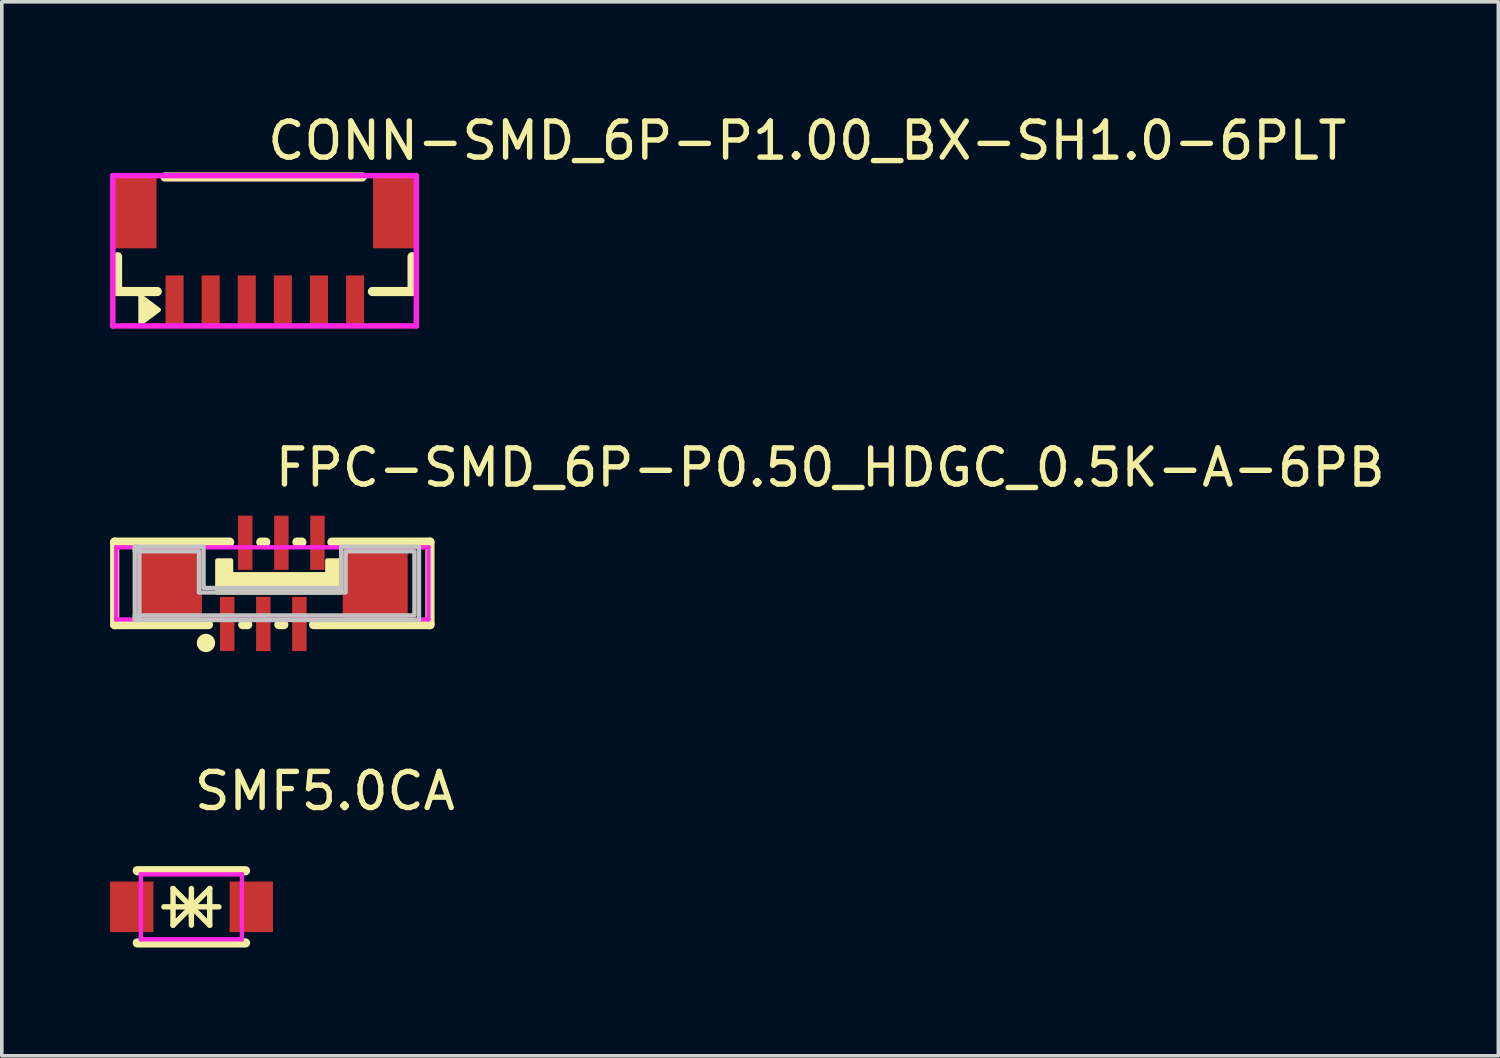
<source format=kicad_pcb>
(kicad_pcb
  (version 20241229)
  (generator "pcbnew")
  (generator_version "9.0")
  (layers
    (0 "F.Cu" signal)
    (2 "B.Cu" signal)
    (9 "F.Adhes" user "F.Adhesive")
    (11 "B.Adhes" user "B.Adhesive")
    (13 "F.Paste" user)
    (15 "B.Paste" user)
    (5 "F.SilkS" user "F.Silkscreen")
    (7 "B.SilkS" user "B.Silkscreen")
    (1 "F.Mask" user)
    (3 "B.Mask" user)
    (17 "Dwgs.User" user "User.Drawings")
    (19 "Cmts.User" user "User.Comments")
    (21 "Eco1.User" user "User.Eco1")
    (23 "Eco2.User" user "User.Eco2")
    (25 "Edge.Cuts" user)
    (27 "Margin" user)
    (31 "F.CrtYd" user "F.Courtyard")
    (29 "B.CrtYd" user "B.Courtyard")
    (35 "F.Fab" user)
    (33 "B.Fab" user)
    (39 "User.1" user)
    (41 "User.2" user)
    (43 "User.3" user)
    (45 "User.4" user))
  (footprint "CONN-SMD_6P-P1.00_BX-SH1.0-6PLT"
    (layer "F.Cu")
    (at 4.286 4.055)
    (property "Reference" "CONN-SMD_6P-P1.00_BX-SH1.0-6PLT" (at 0 -3.207 0) (layer "F.SilkS") (effects (font (size 1 1) (thickness 0.15)) (justify left)))
    (attr through_hole)
    (fp_line (start -4.08 0.971) (end -4.08 0.006) (stroke (width 0.254) (type solid)) (layer "F.SilkS"))
    (fp_line (start -2.981 0.971) (end -4.08 0.971) (stroke (width 0.254) (type solid)) (layer "F.SilkS"))
    (fp_line (start -2.769 -2.204) (end 2.7 -2.204) (stroke (width 0.254) (type solid)) (layer "F.SilkS"))
    (fp_line (start 2.981 0.971) (end 4.08 0.971) (stroke (width 0.254) (type solid)) (layer "F.SilkS"))
    (fp_line (start 4.08 0.971) (end 4.08 0.006) (stroke (width 0.254) (type solid)) (layer "F.SilkS"))
    (fp_poly (pts (xy -2.937 1.479) (xy -3.445 1.098) (xy -3.445 1.86)) (stroke (width 0.12) (type solid)) (fill yes) (layer "F.SilkS"))
    (fp_line (start -4.21 -2.241) (end 4.198 -2.241) (stroke (width 0.152) (type solid)) (layer "F.CrtYd"))
    (fp_line (start -4.21 1.925) (end -4.21 -2.241) (stroke (width 0.152) (type solid)) (layer "F.CrtYd"))
    (fp_line (start 4.198 -2.241) (end 4.198 1.925) (stroke (width 0.152) (type solid)) (layer "F.CrtYd"))
    (fp_line (start 4.198 1.925) (end -4.21 1.925) (stroke (width 0.152) (type solid)) (layer "F.CrtYd"))
    (pad "1" smd rect (at -2.5 1.225) (size 0.5 1.4) (layers "F.Cu" "F.Mask" "F.Paste"))
    (pad "2" smd rect (at -1.5 1.225) (size 0.5 1.4) (layers "F.Cu" "F.Mask" "F.Paste"))
    (pad "3" smd rect (at -0.5 1.225) (size 0.5 1.4) (layers "F.Cu" "F.Mask" "F.Paste"))
    (pad "4" smd rect (at 0.5 1.225) (size 0.5 1.4) (layers "F.Cu" "F.Mask" "F.Paste"))
    (pad "5" smd rect (at 1.5 1.225) (size 0.5 1.4) (layers "F.Cu" "F.Mask" "F.Paste"))
    (pad "6" smd rect (at 2.5 1.225) (size 0.5 1.4) (layers "F.Cu" "F.Mask" "F.Paste"))
    (pad "7" smd rect (at 3.6 -1.225) (size 1.2 2) (layers "F.Cu" "F.Mask" "F.Paste"))
    (pad "8" smd rect (at -3.6 -1.225) (size 1.2 2) (layers "F.Cu" "F.Mask" "F.Paste")))
  (footprint "SMF5.0CA"
    (layer "F.Cu")
    (at 2.256 22.072)
    (property "Reference" "SMF5.0CA" (at 0 -3.207 0) (layer "F.SilkS") (effects (font (size 1 1) (thickness 0.15)) (justify left)))
    (attr through_hole)
    (fp_line (start -1.504 -1) (end 1.496 -1) (stroke (width 0.254) (type solid)) (layer "F.SilkS"))
    (fp_line (start -1.504 1) (end 1.496 1) (stroke (width 0.254) (type solid)) (layer "F.SilkS"))
    (fp_line (start -0.766 0) (end 0.758 0) (stroke (width 0.15) (type solid)) (layer "F.SilkS"))
    (fp_line (start -0.512 -0.508) (end -0.512 0.508) (stroke (width 0.15) (type solid)) (layer "F.SilkS"))
    (fp_line (start -0.004 -0.508) (end -0.004 0.508) (stroke (width 0.15) (type solid)) (layer "F.SilkS"))
    (fp_line (start -0.004 0) (end -0.512 -0.508) (stroke (width 0.15) (type solid)) (layer "F.SilkS"))
    (fp_line (start -0.004 0) (end -0.512 0.508) (stroke (width 0.15) (type solid)) (layer "F.SilkS"))
    (fp_line (start -0.004 0) (end 0.504 -0.508) (stroke (width 0.15) (type solid)) (layer "F.SilkS"))
    (fp_line (start -0.004 0) (end 0.504 0.508) (stroke (width 0.15) (type solid)) (layer "F.SilkS"))
    (fp_line (start -0.004 0.254) (end -0.004 -0.254) (stroke (width 0.15) (type solid)) (layer "F.SilkS"))
    (fp_line (start 0.504 0.508) (end 0.504 -0.508) (stroke (width 0.15) (type solid)) (layer "F.SilkS"))
    (fp_circle (center -1.904 0.9) (end -1.874 0.9) (stroke (width 0.06) (type solid)) (fill no) (layer "Eco2.User"))
    (fp_poly (pts (xy -1.904 -0.55) (xy -1.104 -0.55) (xy -1.104 0.55) (xy -1.904 0.55)) (stroke (width 0.12) (type solid)) (fill no) (layer "Eco2.User"))
    (fp_poly (pts (xy 1.096 -0.55) (xy 1.896 -0.55) (xy 1.896 0.55) (xy 1.096 0.55)) (stroke (width 0.12) (type solid)) (fill no) (layer "Eco2.User"))
    (fp_line (start -1.404 -0.9) (end 1.396 -0.9) (stroke (width 0.12) (type solid)) (layer "F.CrtYd"))
    (fp_line (start -1.404 0.9) (end -1.404 -0.9) (stroke (width 0.12) (type solid)) (layer "F.CrtYd"))
    (fp_line (start 1.396 -0.9) (end 1.396 0.9) (stroke (width 0.12) (type solid)) (layer "F.CrtYd"))
    (fp_line (start 1.396 0.9) (end -1.404 0.9) (stroke (width 0.12) (type solid)) (layer "F.CrtYd"))
    (pad "1" smd rect (at -1.656 0) (size 1.2 1.4) (layers "F.Cu" "F.Mask" "F.Paste"))
    (pad "2" smd rect (at 1.656 0) (size 1.2 1.4) (layers "F.Cu" "F.Mask" "F.Paste")))
  (footprint "FPC-SMD_6P-P0.50_HDGC_0.5K-A-6PB"
    (layer "F.Cu")
    (at 4.494 13.111)
    (property "Reference" "FPC-SMD_6P-P0.50_HDGC_0.5K-A-6PB" (at 0 -3.207 0) (layer "F.SilkS") (effects (font (size 1 1) (thickness 0.15)) (justify left)))
    (attr through_hole)
    (fp_line (start -4.367 -1.143) (end -4.367 1.143) (stroke (width 0.254) (type solid)) (layer "F.SilkS"))
    (fp_line (start -4.367 -1.143) (end -1.181 -1.143) (stroke (width 0.254) (type solid)) (layer "F.SilkS"))
    (fp_line (start -4.367 1.143) (end -1.769 1.143) (stroke (width 0.254) (type solid)) (layer "F.SilkS"))
    (fp_line (start -0.819 1.143) (end -0.681 1.143) (stroke (width 0.254) (type solid)) (layer "F.SilkS"))
    (fp_line (start -0.181 -1.143) (end -0.319 -1.143) (stroke (width 0.254) (type solid)) (layer "F.SilkS"))
    (fp_line (start 0.181 1.143) (end 0.319 1.143) (stroke (width 0.254) (type solid)) (layer "F.SilkS"))
    (fp_line (start 0.819 -1.143) (end 0.681 -1.143) (stroke (width 0.254) (type solid)) (layer "F.SilkS"))
    (fp_line (start 4.367 -1.143) (end 1.651 -1.143) (stroke (width 0.254) (type solid)) (layer "F.SilkS"))
    (fp_line (start 4.367 1.143) (end 1.143 1.143) (stroke (width 0.254) (type solid)) (layer "F.SilkS"))
    (fp_line (start 4.367 1.143) (end 4.367 -1.143) (stroke (width 0.254) (type solid)) (layer "F.SilkS"))
    (fp_circle (center -1.838 1.651) (end -1.711 1.651) (stroke (width 0.254) (type solid)) (fill no) (layer "F.SilkS"))
    (fp_poly (pts (xy -1.524 0.254) (xy -1.524 -0.635) (xy -1.143 -0.635) (xy -1.143 -0.254) (xy 1.524 -0.254) (xy 1.524 -0.635) (xy 1.905 -0.635) (xy 1.905 0.254) (xy -1.524 0.254)) (stroke (width 0.12) (type solid)) (fill yes) (layer "F.SilkS"))
    (fp_poly (pts (xy -3.81 -1.016) (xy -3.683 -1.016) (xy -3.683 1.016) (xy -3.81 1.016)) (stroke (width 0.12) (type solid)) (fill no) (layer "Dwgs.User"))
    (fp_poly (pts (xy -3.81 -1.016) (xy -1.905 -1.016) (xy -1.905 0.127) (xy 1.905 0.127) (xy 1.905 -1.016) (xy 4.064 -1.016) (xy 4.064 1.016) (xy -3.81 1.016) (xy -3.81 0.889) (xy 3.937 0.889) (xy 3.937 -0.889) (xy 2.032 -0.889) (xy 2.032 0.254) (xy -2.032 0.254) (xy -2.032 -0.889) (xy -3.81 -0.889)) (stroke (width 0.12) (type solid)) (fill no) (layer "Dwgs.User"))
    (fp_circle (center -4.325 1.75) (end -4.295 1.75) (stroke (width 0.06) (type solid)) (fill no) (layer "Eco2.User"))
    (fp_poly (pts (xy -3.65 -0.9) (xy -2.05 -0.9) (xy -2.05 0.9) (xy -3.65 0.9)) (stroke (width 0.12) (type solid)) (fill no) (layer "Eco2.User"))
    (fp_poly (pts (xy -1.15 1.75) (xy -1.35 1.75) (xy -1.35 0.85) (xy -1.15 0.85)) (stroke (width 0.12) (type solid)) (fill no) (layer "Eco2.User"))
    (fp_poly (pts (xy -0.65 -0.85) (xy -0.85 -0.85) (xy -0.85 -1.75) (xy -0.65 -1.75)) (stroke (width 0.12) (type solid)) (fill no) (layer "Eco2.User"))
    (fp_poly (pts (xy -0.15 1.75) (xy -0.35 1.75) (xy -0.35 0.85) (xy -0.15 0.85)) (stroke (width 0.12) (type solid)) (fill no) (layer "Eco2.User"))
    (fp_poly (pts (xy 0.35 -0.85) (xy 0.15 -0.85) (xy 0.15 -1.75) (xy 0.35 -1.75)) (stroke (width 0.12) (type solid)) (fill no) (layer "Eco2.User"))
    (fp_poly (pts (xy 0.85 1.75) (xy 0.65 1.75) (xy 0.65 0.85) (xy 0.85 0.85)) (stroke (width 0.12) (type solid)) (fill no) (layer "Eco2.User"))
    (fp_poly (pts (xy 1.35 -0.85) (xy 1.15 -0.85) (xy 1.15 -1.75) (xy 1.35 -1.75)) (stroke (width 0.12) (type solid)) (fill no) (layer "Eco2.User"))
    (fp_poly (pts (xy 3.65 0.9) (xy 2.05 0.9) (xy 2.05 -0.9) (xy 3.65 -0.9)) (stroke (width 0.12) (type solid)) (fill no) (layer "Eco2.User"))
    (fp_line (start -4.325 -1) (end 4.325 -1) (stroke (width 0.12) (type solid)) (layer "F.CrtYd"))
    (fp_line (start -4.325 1) (end -4.325 -1) (stroke (width 0.12) (type solid)) (layer "F.CrtYd"))
    (fp_line (start 4.325 -1) (end 4.325 1) (stroke (width 0.12) (type solid)) (layer "F.CrtYd"))
    (fp_line (start 4.325 1) (end -4.325 1) (stroke (width 0.12) (type solid)) (layer "F.CrtYd"))
    (pad "1" smd rect (at -1.25 1.125 180) (size 0.4 1.5) (layers "F.Cu" "F.Mask" "F.Paste"))
    (pad "2" smd rect (at -0.75 -1.125 180) (size 0.4 1.5) (layers "F.Cu" "F.Mask" "F.Paste"))
    (pad "3" smd rect (at -0.25 1.125 180) (size 0.4 1.5) (layers "F.Cu" "F.Mask" "F.Paste"))
    (pad "4" smd rect (at 0.25 -1.125 180) (size 0.4 1.5) (layers "F.Cu" "F.Mask" "F.Paste"))
    (pad "5" smd rect (at 0.75 1.125 180) (size 0.4 1.5) (layers "F.Cu" "F.Mask" "F.Paste"))
    (pad "6" smd rect (at 1.25 -1.125 180) (size 0.4 1.5) (layers "F.Cu" "F.Mask" "F.Paste"))
    (pad "7" smd rect (at 2.85 0 180) (size 1.8 2) (layers "F.Cu" "F.Mask" "F.Paste"))
    (pad "8" smd rect (at -2.85 0) (size 1.8 2) (layers "F.Cu" "F.Mask" "F.Paste")))
  (gr_rect
    (start -3 -3)
    (end 38.458 26.199)
    (stroke (width 0.1) (type default))
    (fill no)
    (layer "Edge.Cuts")))
</source>
